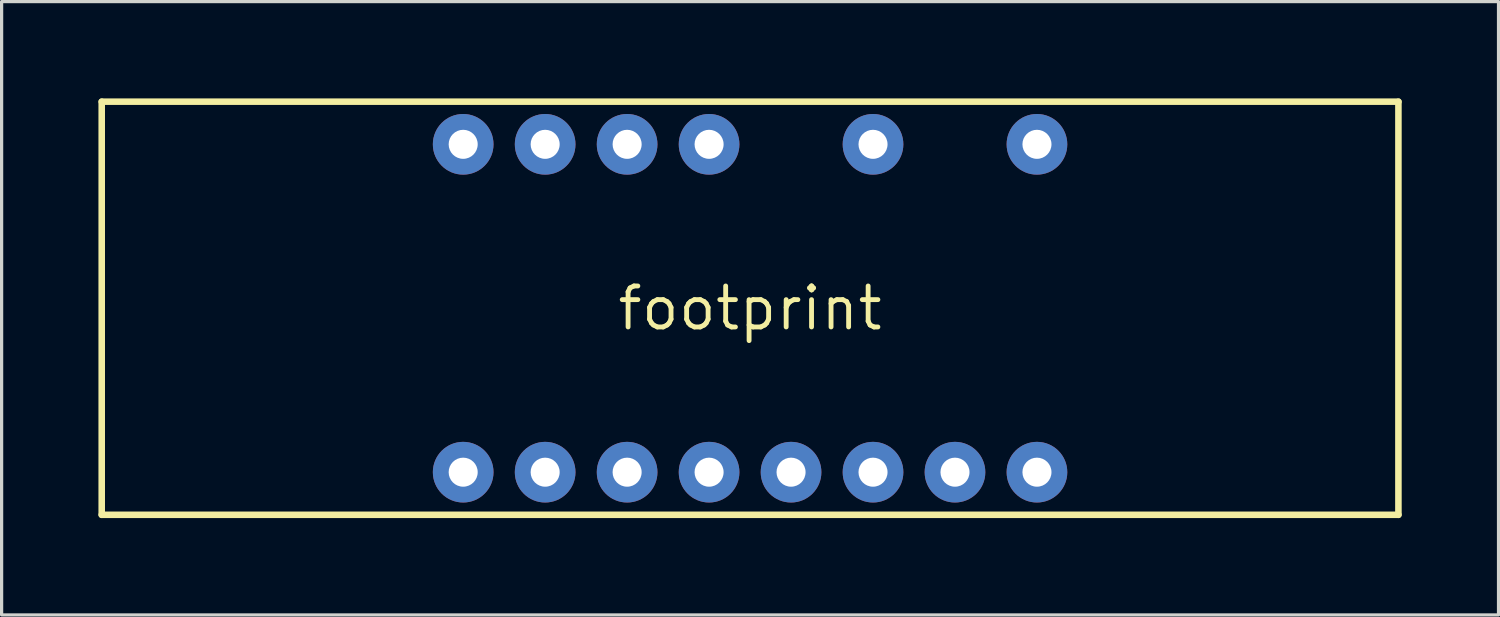
<source format=kicad_pcb>
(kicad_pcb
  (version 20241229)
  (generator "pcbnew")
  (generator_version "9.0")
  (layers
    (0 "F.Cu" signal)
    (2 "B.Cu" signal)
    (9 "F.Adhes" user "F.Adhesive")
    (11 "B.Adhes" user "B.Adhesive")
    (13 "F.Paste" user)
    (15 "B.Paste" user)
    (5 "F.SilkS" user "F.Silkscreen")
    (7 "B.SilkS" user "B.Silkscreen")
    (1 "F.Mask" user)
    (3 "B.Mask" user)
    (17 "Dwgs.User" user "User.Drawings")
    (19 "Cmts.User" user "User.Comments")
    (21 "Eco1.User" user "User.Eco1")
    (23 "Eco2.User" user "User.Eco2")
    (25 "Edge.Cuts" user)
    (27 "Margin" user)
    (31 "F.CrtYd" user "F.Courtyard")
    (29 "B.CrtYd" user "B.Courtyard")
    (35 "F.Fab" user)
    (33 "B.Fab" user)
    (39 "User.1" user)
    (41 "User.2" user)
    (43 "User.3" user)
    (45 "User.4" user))
  (footprint "footprint"
    (layer "F.Cu")
    (at 20.193 6.502)
    (property "Reference" "footprint" (at 0 0 0) (layer "F.SilkS") (effects (font (size 1.27 1.27) (thickness 0.15))))
    (fp_line (start -20.091 -6.401) (end 20.091 -6.401) (stroke (width 0.203) (type solid)) (layer "F.SilkS"))
    (fp_line (start -20.091 6.401) (end -20.091 -6.401) (stroke (width 0.203) (type solid)) (layer "F.SilkS"))
    (fp_line (start 20.091 -6.401) (end 20.091 6.401) (stroke (width 0.203) (type solid)) (layer "F.SilkS"))
    (fp_line (start 20.091 6.401) (end -20.091 6.401) (stroke (width 0.203) (type solid)) (layer "F.SilkS"))
    (pad "1" thru_hole circle (at -8.89 5.08) (size 1.88 1.88) (drill 0.9) (layers "*.Cu" "*.Mask"))
    (pad "2" thru_hole circle (at -6.35 5.08) (size 1.88 1.88) (drill 0.9) (layers "*.Cu" "*.Mask"))
    (pad "3" thru_hole circle (at -3.81 5.08) (size 1.88 1.88) (drill 0.9) (layers "*.Cu" "*.Mask"))
    (pad "4" thru_hole circle (at -1.27 5.08) (size 1.88 1.88) (drill 0.9) (layers "*.Cu" "*.Mask"))
    (pad "5" thru_hole circle (at 1.27 5.08) (size 1.88 1.88) (drill 0.9) (layers "*.Cu" "*.Mask"))
    (pad "6" thru_hole circle (at 3.81 5.08) (size 1.88 1.88) (drill 0.9) (layers "*.Cu" "*.Mask"))
    (pad "7" thru_hole circle (at 6.35 5.08) (size 1.88 1.88) (drill 0.9) (layers "*.Cu" "*.Mask"))
    (pad "8" thru_hole circle (at 8.89 5.08) (size 1.88 1.88) (drill 0.9) (layers "*.Cu" "*.Mask"))
    (pad "9" thru_hole circle (at 8.89 -5.08) (size 1.88 1.88) (drill 0.9) (layers "*.Cu" "*.Mask"))
    (pad "11" thru_hole circle (at 3.81 -5.08) (size 1.88 1.88) (drill 0.9) (layers "*.Cu" "*.Mask"))
    (pad "13" thru_hole circle (at -1.27 -5.08) (size 1.88 1.88) (drill 0.9) (layers "*.Cu" "*.Mask"))
    (pad "14" thru_hole circle (at -3.81 -5.08) (size 1.88 1.88) (drill 0.9) (layers "*.Cu" "*.Mask"))
    (pad "15" thru_hole circle (at -6.35 -5.08) (size 1.88 1.88) (drill 0.9) (layers "*.Cu" "*.Mask"))
    (pad "16" thru_hole circle (at -8.89 -5.08) (size 1.88 1.88) (drill 0.9) (layers "*.Cu" "*.Mask")))
  (gr_rect
    (start -3 -3)
    (end 43.386 16.005)
    (stroke (width 0.1) (type default))
    (fill no)
    (layer "Edge.Cuts")))
</source>
